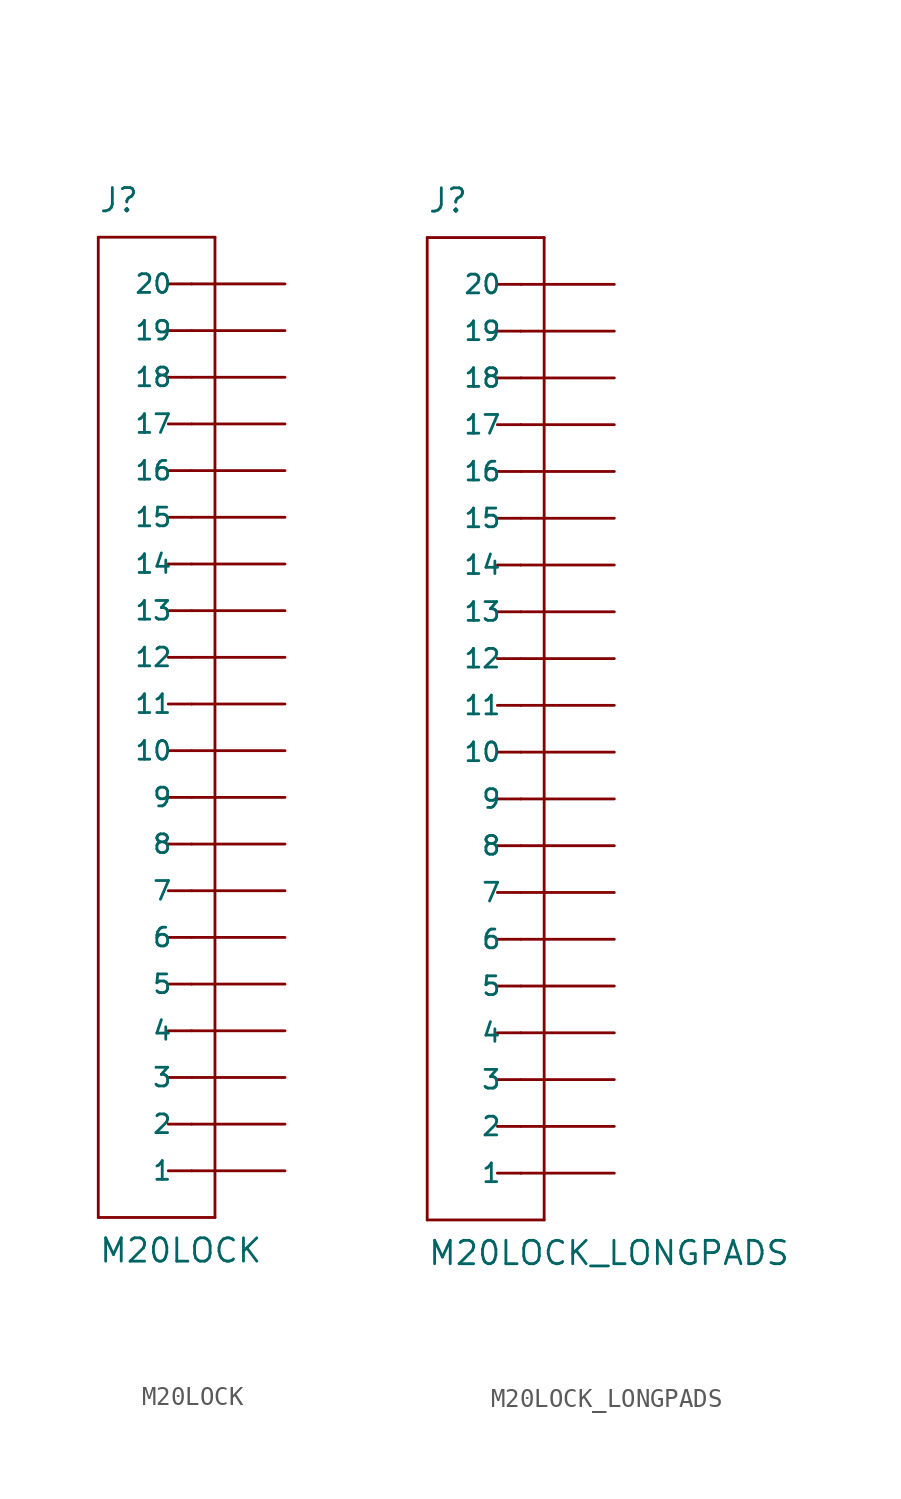
<source format=kicad_sym>
(kicad_symbol_lib
  (version 20211014)
  (generator kicad_symbol_editor)
  (symbol "M20LOCK"
    (pin_numbers hide)
    (pin_names
      (offset 1.016))
    (property "Reference" "J"
      (at 0 57.15 0)
      (effects (font (size 1.27 1.27)) (justify left bottom)))
    (property "Value" "M20LOCK"
      (at 0 0 0)
      (effects (font (size 1.27 1.27)) (justify left bottom)))
    (property "Datasheet" ""
      (at 0 0 0)
      (effects (font (size 1.524 1.524))))
    (property "ki_locked" ""
      (at 0 0 0)
      (effects (font (size 1.27 1.27))))
    (symbol "M20LOCK_1_0"
      (polyline (pts (xy 0 55.88) (xy 0 2.54)) (stroke (width 0) (type default) (color 0 0 0 0)) (fill (type none)))
      (polyline (pts (xy 0 55.88) (xy 6.35 55.88)) (stroke (width 0) (type default) (color 0 0 0 0)) (fill (type none)))
      (polyline (pts (xy 3.81 5.08) (xy 5.08 5.08)) (stroke (width 0) (type default) (color 0 0 0 0)) (fill (type none)))
      (polyline (pts (xy 3.81 7.62) (xy 5.08 7.62)) (stroke (width 0) (type default) (color 0 0 0 0)) (fill (type none)))
      (polyline (pts (xy 3.81 10.16) (xy 5.08 10.16)) (stroke (width 0) (type default) (color 0 0 0 0)) (fill (type none)))
      (polyline (pts (xy 3.81 12.7) (xy 5.08 12.7)) (stroke (width 0) (type default) (color 0 0 0 0)) (fill (type none)))
      (polyline (pts (xy 3.81 15.24) (xy 5.08 15.24)) (stroke (width 0) (type default) (color 0 0 0 0)) (fill (type none)))
      (polyline (pts (xy 3.81 17.78) (xy 5.08 17.78)) (stroke (width 0) (type default) (color 0 0 0 0)) (fill (type none)))
      (polyline (pts (xy 3.81 20.32) (xy 5.08 20.32)) (stroke (width 0) (type default) (color 0 0 0 0)) (fill (type none)))
      (polyline (pts (xy 3.81 22.86) (xy 5.08 22.86)) (stroke (width 0) (type default) (color 0 0 0 0)) (fill (type none)))
      (polyline (pts (xy 3.81 25.4) (xy 5.08 25.4)) (stroke (width 0) (type default) (color 0 0 0 0)) (fill (type none)))
      (polyline (pts (xy 3.81 27.94) (xy 5.08 27.94)) (stroke (width 0) (type default) (color 0 0 0 0)) (fill (type none)))
      (polyline (pts (xy 3.81 30.48) (xy 5.08 30.48)) (stroke (width 0) (type default) (color 0 0 0 0)) (fill (type none)))
      (polyline (pts (xy 3.81 33.02) (xy 5.08 33.02)) (stroke (width 0) (type default) (color 0 0 0 0)) (fill (type none)))
      (polyline (pts (xy 3.81 35.56) (xy 5.08 35.56)) (stroke (width 0) (type default) (color 0 0 0 0)) (fill (type none)))
      (polyline (pts (xy 3.81 38.1) (xy 5.08 38.1)) (stroke (width 0) (type default) (color 0 0 0 0)) (fill (type none)))
      (polyline (pts (xy 3.81 40.64) (xy 5.08 40.64)) (stroke (width 0) (type default) (color 0 0 0 0)) (fill (type none)))
      (polyline (pts (xy 3.81 43.18) (xy 5.08 43.18)) (stroke (width 0) (type default) (color 0 0 0 0)) (fill (type none)))
      (polyline (pts (xy 3.81 45.72) (xy 5.08 45.72)) (stroke (width 0) (type default) (color 0 0 0 0)) (fill (type none)))
      (polyline (pts (xy 3.81 48.26) (xy 5.08 48.26)) (stroke (width 0) (type default) (color 0 0 0 0)) (fill (type none)))
      (polyline (pts (xy 3.81 50.8) (xy 5.08 50.8)) (stroke (width 0) (type default) (color 0 0 0 0)) (fill (type none)))
      (polyline (pts (xy 3.81 53.34) (xy 5.08 53.34)) (stroke (width 0) (type default) (color 0 0 0 0)) (fill (type none)))
      (polyline (pts (xy 6.35 2.54) (xy 0 2.54)) (stroke (width 0) (type default) (color 0 0 0 0)) (fill (type none)))
      (polyline (pts (xy 6.35 2.54) (xy 6.35 55.88)) (stroke (width 0) (type default) (color 0 0 0 0)) (fill (type none))))
    (symbol "M20LOCK_1_1"
      (pin passive line (at 10.16 5.08 180) (length 5.08) (name "1" (effects (font (size 1.016 1.016)))) (number "1" (effects (font (size 1.016 1.016)))))
      (pin passive line (at 10.16 27.94 180) (length 5.08) (name "10" (effects (font (size 1.016 1.016)))) (number "10" (effects (font (size 1.016 1.016)))))
      (pin passive line (at 10.16 30.48 180) (length 5.08) (name "11" (effects (font (size 1.016 1.016)))) (number "11" (effects (font (size 1.016 1.016)))))
      (pin passive line (at 10.16 33.02 180) (length 5.08) (name "12" (effects (font (size 1.016 1.016)))) (number "12" (effects (font (size 1.016 1.016)))))
      (pin passive line (at 10.16 35.56 180) (length 5.08) (name "13" (effects (font (size 1.016 1.016)))) (number "13" (effects (font (size 1.016 1.016)))))
      (pin passive line (at 10.16 38.1 180) (length 5.08) (name "14" (effects (font (size 1.016 1.016)))) (number "14" (effects (font (size 1.016 1.016)))))
      (pin passive line (at 10.16 40.64 180) (length 5.08) (name "15" (effects (font (size 1.016 1.016)))) (number "15" (effects (font (size 1.016 1.016)))))
      (pin passive line (at 10.16 43.18 180) (length 5.08) (name "16" (effects (font (size 1.016 1.016)))) (number "16" (effects (font (size 1.016 1.016)))))
      (pin passive line (at 10.16 45.72 180) (length 5.08) (name "17" (effects (font (size 1.016 1.016)))) (number "17" (effects (font (size 1.016 1.016)))))
      (pin passive line (at 10.16 48.26 180) (length 5.08) (name "18" (effects (font (size 1.016 1.016)))) (number "18" (effects (font (size 1.016 1.016)))))
      (pin passive line (at 10.16 50.8 180) (length 5.08) (name "19" (effects (font (size 1.016 1.016)))) (number "19" (effects (font (size 1.016 1.016)))))
      (pin passive line (at 10.16 7.62 180) (length 5.08) (name "2" (effects (font (size 1.016 1.016)))) (number "2" (effects (font (size 1.016 1.016)))))
      (pin passive line (at 10.16 53.34 180) (length 5.08) (name "20" (effects (font (size 1.016 1.016)))) (number "20" (effects (font (size 1.016 1.016)))))
      (pin passive line (at 10.16 10.16 180) (length 5.08) (name "3" (effects (font (size 1.016 1.016)))) (number "3" (effects (font (size 1.016 1.016)))))
      (pin passive line (at 10.16 12.7 180) (length 5.08) (name "4" (effects (font (size 1.016 1.016)))) (number "4" (effects (font (size 1.016 1.016)))))
      (pin passive line (at 10.16 15.24 180) (length 5.08) (name "5" (effects (font (size 1.016 1.016)))) (number "5" (effects (font (size 1.016 1.016)))))
      (pin passive line (at 10.16 17.78 180) (length 5.08) (name "6" (effects (font (size 1.016 1.016)))) (number "6" (effects (font (size 1.016 1.016)))))
      (pin passive line (at 10.16 20.32 180) (length 5.08) (name "7" (effects (font (size 1.016 1.016)))) (number "7" (effects (font (size 1.016 1.016)))))
      (pin passive line (at 10.16 22.86 180) (length 5.08) (name "8" (effects (font (size 1.016 1.016)))) (number "8" (effects (font (size 1.016 1.016)))))
      (pin passive line (at 10.16 25.4 180) (length 5.08) (name "9" (effects (font (size 1.016 1.016)))) (number "9" (effects (font (size 1.016 1.016)))))))
  (symbol "M20LOCK_LONGPADS"
    (pin_numbers hide)
    (pin_names
      (offset 1.016))
    (property "Reference" "J"
      (at 0 57.15 0)
      (effects (font (size 1.27 1.27)) (justify left bottom)))
    (property "Value" "M20LOCK_LONGPADS"
      (at 0 0 0)
      (effects (font (size 1.27 1.27)) (justify left bottom)))
    (property "Datasheet" ""
      (at 0 0 0)
      (effects (font (size 1.524 1.524))))
    (property "ki_locked" ""
      (at 0 0 0)
      (effects (font (size 1.27 1.27))))
    (symbol "M20LOCK_LONGPADS_1_0"
      (polyline (pts (xy 0 55.88) (xy 0 2.54)) (stroke (width 0) (type default) (color 0 0 0 0)) (fill (type none)))
      (polyline (pts (xy 0 55.88) (xy 6.35 55.88)) (stroke (width 0) (type default) (color 0 0 0 0)) (fill (type none)))
      (polyline (pts (xy 3.81 5.08) (xy 5.08 5.08)) (stroke (width 0) (type default) (color 0 0 0 0)) (fill (type none)))
      (polyline (pts (xy 3.81 7.62) (xy 5.08 7.62)) (stroke (width 0) (type default) (color 0 0 0 0)) (fill (type none)))
      (polyline (pts (xy 3.81 10.16) (xy 5.08 10.16)) (stroke (width 0) (type default) (color 0 0 0 0)) (fill (type none)))
      (polyline (pts (xy 3.81 12.7) (xy 5.08 12.7)) (stroke (width 0) (type default) (color 0 0 0 0)) (fill (type none)))
      (polyline (pts (xy 3.81 15.24) (xy 5.08 15.24)) (stroke (width 0) (type default) (color 0 0 0 0)) (fill (type none)))
      (polyline (pts (xy 3.81 17.78) (xy 5.08 17.78)) (stroke (width 0) (type default) (color 0 0 0 0)) (fill (type none)))
      (polyline (pts (xy 3.81 20.32) (xy 5.08 20.32)) (stroke (width 0) (type default) (color 0 0 0 0)) (fill (type none)))
      (polyline (pts (xy 3.81 22.86) (xy 5.08 22.86)) (stroke (width 0) (type default) (color 0 0 0 0)) (fill (type none)))
      (polyline (pts (xy 3.81 25.4) (xy 5.08 25.4)) (stroke (width 0) (type default) (color 0 0 0 0)) (fill (type none)))
      (polyline (pts (xy 3.81 27.94) (xy 5.08 27.94)) (stroke (width 0) (type default) (color 0 0 0 0)) (fill (type none)))
      (polyline (pts (xy 3.81 30.48) (xy 5.08 30.48)) (stroke (width 0) (type default) (color 0 0 0 0)) (fill (type none)))
      (polyline (pts (xy 3.81 33.02) (xy 5.08 33.02)) (stroke (width 0) (type default) (color 0 0 0 0)) (fill (type none)))
      (polyline (pts (xy 3.81 35.56) (xy 5.08 35.56)) (stroke (width 0) (type default) (color 0 0 0 0)) (fill (type none)))
      (polyline (pts (xy 3.81 38.1) (xy 5.08 38.1)) (stroke (width 0) (type default) (color 0 0 0 0)) (fill (type none)))
      (polyline (pts (xy 3.81 40.64) (xy 5.08 40.64)) (stroke (width 0) (type default) (color 0 0 0 0)) (fill (type none)))
      (polyline (pts (xy 3.81 43.18) (xy 5.08 43.18)) (stroke (width 0) (type default) (color 0 0 0 0)) (fill (type none)))
      (polyline (pts (xy 3.81 45.72) (xy 5.08 45.72)) (stroke (width 0) (type default) (color 0 0 0 0)) (fill (type none)))
      (polyline (pts (xy 3.81 48.26) (xy 5.08 48.26)) (stroke (width 0) (type default) (color 0 0 0 0)) (fill (type none)))
      (polyline (pts (xy 3.81 50.8) (xy 5.08 50.8)) (stroke (width 0) (type default) (color 0 0 0 0)) (fill (type none)))
      (polyline (pts (xy 3.81 53.34) (xy 5.08 53.34)) (stroke (width 0) (type default) (color 0 0 0 0)) (fill (type none)))
      (polyline (pts (xy 6.35 2.54) (xy 0 2.54)) (stroke (width 0) (type default) (color 0 0 0 0)) (fill (type none)))
      (polyline (pts (xy 6.35 2.54) (xy 6.35 55.88)) (stroke (width 0) (type default) (color 0 0 0 0)) (fill (type none))))
    (symbol "M20LOCK_LONGPADS_1_1"
      (pin passive line (at 10.16 5.08 180) (length 5.08) (name "1" (effects (font (size 1.016 1.016)))) (number "1" (effects (font (size 1.016 1.016)))))
      (pin passive line (at 10.16 27.94 180) (length 5.08) (name "10" (effects (font (size 1.016 1.016)))) (number "10" (effects (font (size 1.016 1.016)))))
      (pin passive line (at 10.16 30.48 180) (length 5.08) (name "11" (effects (font (size 1.016 1.016)))) (number "11" (effects (font (size 1.016 1.016)))))
      (pin passive line (at 10.16 33.02 180) (length 5.08) (name "12" (effects (font (size 1.016 1.016)))) (number "12" (effects (font (size 1.016 1.016)))))
      (pin passive line (at 10.16 35.56 180) (length 5.08) (name "13" (effects (font (size 1.016 1.016)))) (number "13" (effects (font (size 1.016 1.016)))))
      (pin passive line (at 10.16 38.1 180) (length 5.08) (name "14" (effects (font (size 1.016 1.016)))) (number "14" (effects (font (size 1.016 1.016)))))
      (pin passive line (at 10.16 40.64 180) (length 5.08) (name "15" (effects (font (size 1.016 1.016)))) (number "15" (effects (font (size 1.016 1.016)))))
      (pin passive line (at 10.16 43.18 180) (length 5.08) (name "16" (effects (font (size 1.016 1.016)))) (number "16" (effects (font (size 1.016 1.016)))))
      (pin passive line (at 10.16 45.72 180) (length 5.08) (name "17" (effects (font (size 1.016 1.016)))) (number "17" (effects (font (size 1.016 1.016)))))
      (pin passive line (at 10.16 48.26 180) (length 5.08) (name "18" (effects (font (size 1.016 1.016)))) (number "18" (effects (font (size 1.016 1.016)))))
      (pin passive line (at 10.16 50.8 180) (length 5.08) (name "19" (effects (font (size 1.016 1.016)))) (number "19" (effects (font (size 1.016 1.016)))))
      (pin passive line (at 10.16 7.62 180) (length 5.08) (name "2" (effects (font (size 1.016 1.016)))) (number "2" (effects (font (size 1.016 1.016)))))
      (pin passive line (at 10.16 53.34 180) (length 5.08) (name "20" (effects (font (size 1.016 1.016)))) (number "20" (effects (font (size 1.016 1.016)))))
      (pin passive line (at 10.16 10.16 180) (length 5.08) (name "3" (effects (font (size 1.016 1.016)))) (number "3" (effects (font (size 1.016 1.016)))))
      (pin passive line (at 10.16 12.7 180) (length 5.08) (name "4" (effects (font (size 1.016 1.016)))) (number "4" (effects (font (size 1.016 1.016)))))
      (pin passive line (at 10.16 15.24 180) (length 5.08) (name "5" (effects (font (size 1.016 1.016)))) (number "5" (effects (font (size 1.016 1.016)))))
      (pin passive line (at 10.16 17.78 180) (length 5.08) (name "6" (effects (font (size 1.016 1.016)))) (number "6" (effects (font (size 1.016 1.016)))))
      (pin passive line (at 10.16 20.32 180) (length 5.08) (name "7" (effects (font (size 1.016 1.016)))) (number "7" (effects (font (size 1.016 1.016)))))
      (pin passive line (at 10.16 22.86 180) (length 5.08) (name "8" (effects (font (size 1.016 1.016)))) (number "8" (effects (font (size 1.016 1.016)))))
      (pin passive line (at 10.16 25.4 180) (length 5.08) (name "9" (effects (font (size 1.016 1.016)))) (number "9" (effects (font (size 1.016 1.016))))))))
</source>
